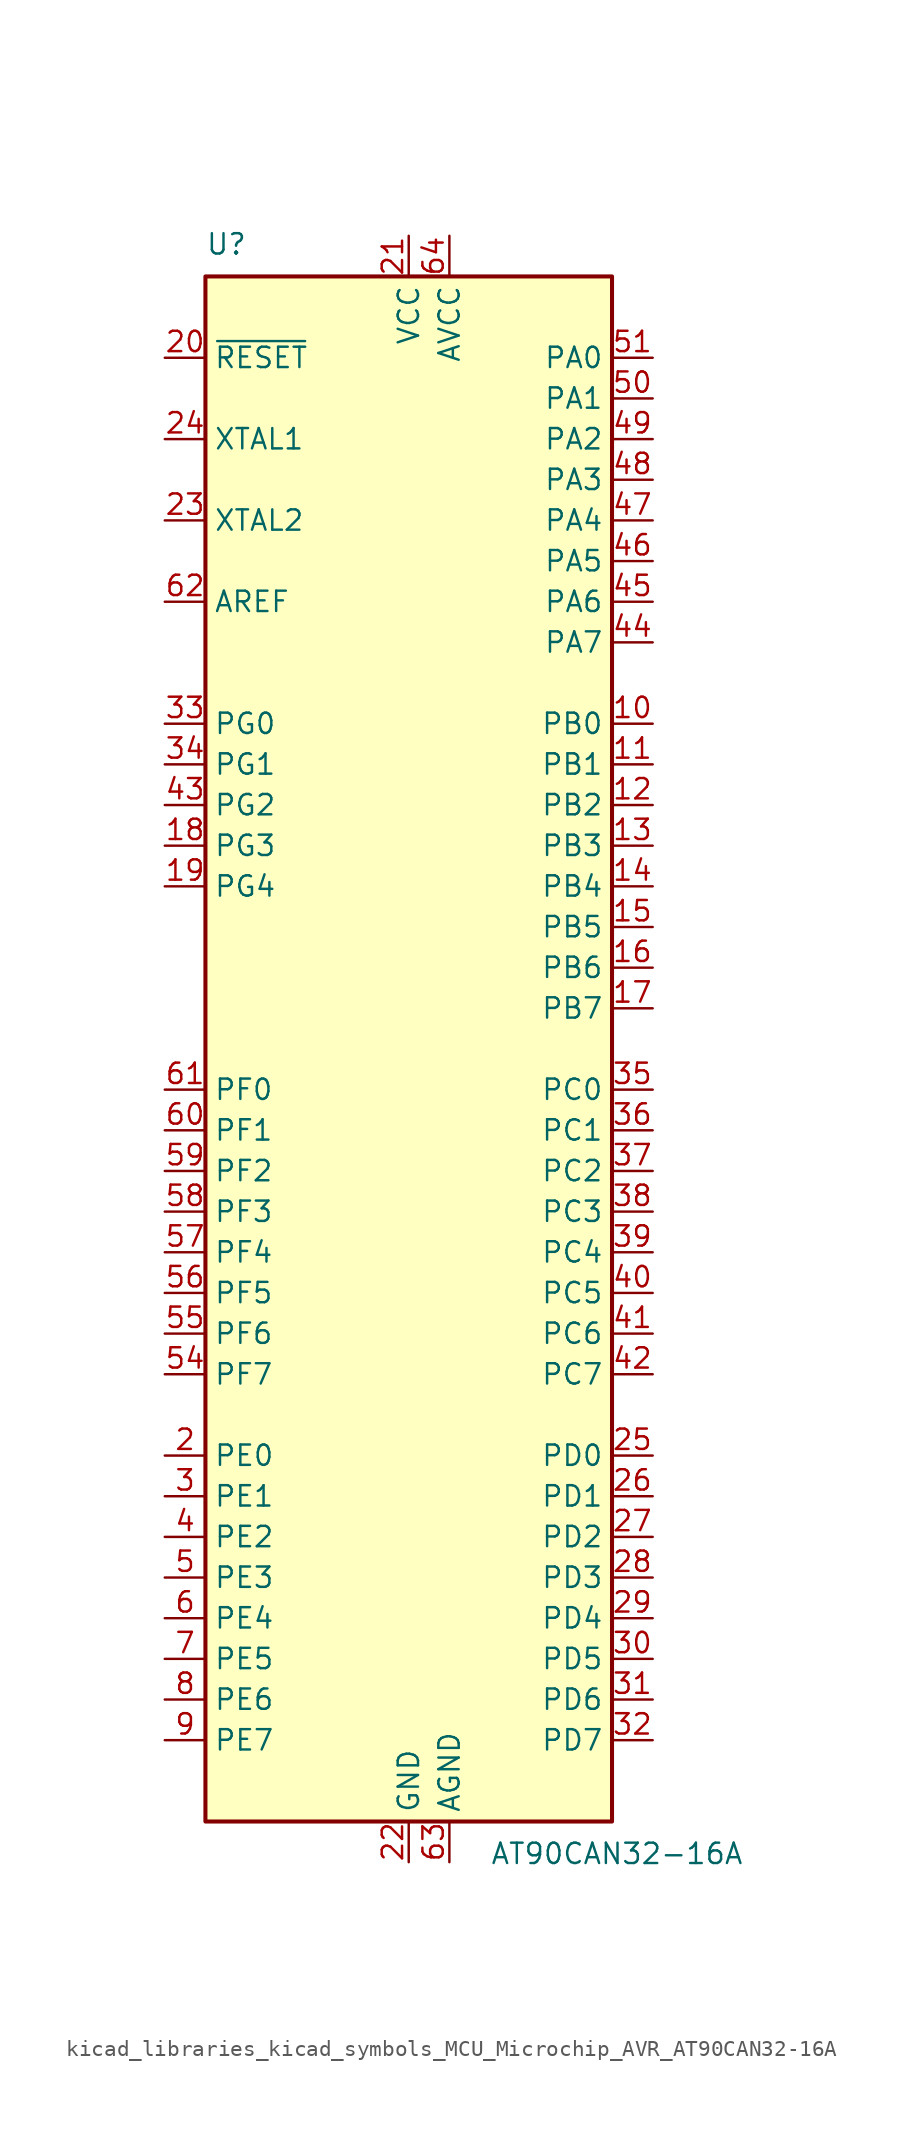
<source format=kicad_sym>
(kicad_symbol_lib
  (version 20220914)
  (generator kicad_symbol_editor)
  (symbol "kicad_libraries_kicad_symbols_MCU_Microchip_AVR_AT90CAN32-16A"
    (property "Reference" "U"
      (at -12.7 49.53 0)
      (effects (font (size 1.27 1.27)) (justify left bottom)))
    (property "Value" "AT90CAN32-16A"
      (at 5.08 -49.53 0)
      (effects (font (size 1.27 1.27)) (justify left top)))
    (symbol "kicad_libraries_kicad_symbols_MCU_Microchip_AVR_AT90CAN32-16A_0_1"
      (rectangle (start -12.7 -48.26) (end 12.7 48.26) (stroke (width 0.254) (type default)) (fill (type background))))
    (symbol "kicad_libraries_kicad_symbols_MCU_Microchip_AVR_AT90CAN32-16A_1_1"
      (pin no_connect line (at -12.7 -45.72 0) (length 2.54) hide (name "NC" (effects (font (size 1.27 1.27)))) (number "1" (effects (font (size 1.27 1.27)))))
      (pin bidirectional line (at 15.24 20.32 180) (length 2.54) (name "PB0" (effects (font (size 1.27 1.27)))) (number "10" (effects (font (size 1.27 1.27)))))
      (pin bidirectional line (at 15.24 17.78 180) (length 2.54) (name "PB1" (effects (font (size 1.27 1.27)))) (number "11" (effects (font (size 1.27 1.27)))))
      (pin bidirectional line (at 15.24 15.24 180) (length 2.54) (name "PB2" (effects (font (size 1.27 1.27)))) (number "12" (effects (font (size 1.27 1.27)))))
      (pin bidirectional line (at 15.24 12.7 180) (length 2.54) (name "PB3" (effects (font (size 1.27 1.27)))) (number "13" (effects (font (size 1.27 1.27)))))
      (pin bidirectional line (at 15.24 10.16 180) (length 2.54) (name "PB4" (effects (font (size 1.27 1.27)))) (number "14" (effects (font (size 1.27 1.27)))))
      (pin bidirectional line (at 15.24 7.62 180) (length 2.54) (name "PB5" (effects (font (size 1.27 1.27)))) (number "15" (effects (font (size 1.27 1.27)))))
      (pin bidirectional line (at 15.24 5.08 180) (length 2.54) (name "PB6" (effects (font (size 1.27 1.27)))) (number "16" (effects (font (size 1.27 1.27)))))
      (pin bidirectional line (at 15.24 2.54 180) (length 2.54) (name "PB7" (effects (font (size 1.27 1.27)))) (number "17" (effects (font (size 1.27 1.27)))))
      (pin bidirectional line (at -15.24 12.7 0) (length 2.54) (name "PG3" (effects (font (size 1.27 1.27)))) (number "18" (effects (font (size 1.27 1.27)))))
      (pin bidirectional line (at -15.24 10.16 0) (length 2.54) (name "PG4" (effects (font (size 1.27 1.27)))) (number "19" (effects (font (size 1.27 1.27)))))
      (pin bidirectional line (at -15.24 -25.4 0) (length 2.54) (name "PE0" (effects (font (size 1.27 1.27)))) (number "2" (effects (font (size 1.27 1.27)))))
      (pin input line (at -15.24 43.18 0) (length 2.54) (name "~{RESET}" (effects (font (size 1.27 1.27)))) (number "20" (effects (font (size 1.27 1.27)))))
      (pin power_in line (at 0 50.8 270) (length 2.54) (name "VCC" (effects (font (size 1.27 1.27)))) (number "21" (effects (font (size 1.27 1.27)))))
      (pin power_in line (at 0 -50.8 90) (length 2.54) (name "GND" (effects (font (size 1.27 1.27)))) (number "22" (effects (font (size 1.27 1.27)))))
      (pin output line (at -15.24 33.02 0) (length 2.54) (name "XTAL2" (effects (font (size 1.27 1.27)))) (number "23" (effects (font (size 1.27 1.27)))))
      (pin input line (at -15.24 38.1 0) (length 2.54) (name "XTAL1" (effects (font (size 1.27 1.27)))) (number "24" (effects (font (size 1.27 1.27)))))
      (pin bidirectional line (at 15.24 -25.4 180) (length 2.54) (name "PD0" (effects (font (size 1.27 1.27)))) (number "25" (effects (font (size 1.27 1.27)))))
      (pin bidirectional line (at 15.24 -27.94 180) (length 2.54) (name "PD1" (effects (font (size 1.27 1.27)))) (number "26" (effects (font (size 1.27 1.27)))))
      (pin bidirectional line (at 15.24 -30.48 180) (length 2.54) (name "PD2" (effects (font (size 1.27 1.27)))) (number "27" (effects (font (size 1.27 1.27)))))
      (pin bidirectional line (at 15.24 -33.02 180) (length 2.54) (name "PD3" (effects (font (size 1.27 1.27)))) (number "28" (effects (font (size 1.27 1.27)))))
      (pin bidirectional line (at 15.24 -35.56 180) (length 2.54) (name "PD4" (effects (font (size 1.27 1.27)))) (number "29" (effects (font (size 1.27 1.27)))))
      (pin bidirectional line (at -15.24 -27.94 0) (length 2.54) (name "PE1" (effects (font (size 1.27 1.27)))) (number "3" (effects (font (size 1.27 1.27)))))
      (pin bidirectional line (at 15.24 -38.1 180) (length 2.54) (name "PD5" (effects (font (size 1.27 1.27)))) (number "30" (effects (font (size 1.27 1.27)))))
      (pin bidirectional line (at 15.24 -40.64 180) (length 2.54) (name "PD6" (effects (font (size 1.27 1.27)))) (number "31" (effects (font (size 1.27 1.27)))))
      (pin bidirectional line (at 15.24 -43.18 180) (length 2.54) (name "PD7" (effects (font (size 1.27 1.27)))) (number "32" (effects (font (size 1.27 1.27)))))
      (pin bidirectional line (at -15.24 20.32 0) (length 2.54) (name "PG0" (effects (font (size 1.27 1.27)))) (number "33" (effects (font (size 1.27 1.27)))))
      (pin bidirectional line (at -15.24 17.78 0) (length 2.54) (name "PG1" (effects (font (size 1.27 1.27)))) (number "34" (effects (font (size 1.27 1.27)))))
      (pin bidirectional line (at 15.24 -2.54 180) (length 2.54) (name "PC0" (effects (font (size 1.27 1.27)))) (number "35" (effects (font (size 1.27 1.27)))))
      (pin bidirectional line (at 15.24 -5.08 180) (length 2.54) (name "PC1" (effects (font (size 1.27 1.27)))) (number "36" (effects (font (size 1.27 1.27)))))
      (pin bidirectional line (at 15.24 -7.62 180) (length 2.54) (name "PC2" (effects (font (size 1.27 1.27)))) (number "37" (effects (font (size 1.27 1.27)))))
      (pin bidirectional line (at 15.24 -10.16 180) (length 2.54) (name "PC3" (effects (font (size 1.27 1.27)))) (number "38" (effects (font (size 1.27 1.27)))))
      (pin bidirectional line (at 15.24 -12.7 180) (length 2.54) (name "PC4" (effects (font (size 1.27 1.27)))) (number "39" (effects (font (size 1.27 1.27)))))
      (pin bidirectional line (at -15.24 -30.48 0) (length 2.54) (name "PE2" (effects (font (size 1.27 1.27)))) (number "4" (effects (font (size 1.27 1.27)))))
      (pin bidirectional line (at 15.24 -15.24 180) (length 2.54) (name "PC5" (effects (font (size 1.27 1.27)))) (number "40" (effects (font (size 1.27 1.27)))))
      (pin bidirectional line (at 15.24 -17.78 180) (length 2.54) (name "PC6" (effects (font (size 1.27 1.27)))) (number "41" (effects (font (size 1.27 1.27)))))
      (pin bidirectional line (at 15.24 -20.32 180) (length 2.54) (name "PC7" (effects (font (size 1.27 1.27)))) (number "42" (effects (font (size 1.27 1.27)))))
      (pin bidirectional line (at -15.24 15.24 0) (length 2.54) (name "PG2" (effects (font (size 1.27 1.27)))) (number "43" (effects (font (size 1.27 1.27)))))
      (pin bidirectional line (at 15.24 25.4 180) (length 2.54) (name "PA7" (effects (font (size 1.27 1.27)))) (number "44" (effects (font (size 1.27 1.27)))))
      (pin bidirectional line (at 15.24 27.94 180) (length 2.54) (name "PA6" (effects (font (size 1.27 1.27)))) (number "45" (effects (font (size 1.27 1.27)))))
      (pin bidirectional line (at 15.24 30.48 180) (length 2.54) (name "PA5" (effects (font (size 1.27 1.27)))) (number "46" (effects (font (size 1.27 1.27)))))
      (pin bidirectional line (at 15.24 33.02 180) (length 2.54) (name "PA4" (effects (font (size 1.27 1.27)))) (number "47" (effects (font (size 1.27 1.27)))))
      (pin bidirectional line (at 15.24 35.56 180) (length 2.54) (name "PA3" (effects (font (size 1.27 1.27)))) (number "48" (effects (font (size 1.27 1.27)))))
      (pin bidirectional line (at 15.24 38.1 180) (length 2.54) (name "PA2" (effects (font (size 1.27 1.27)))) (number "49" (effects (font (size 1.27 1.27)))))
      (pin bidirectional line (at -15.24 -33.02 0) (length 2.54) (name "PE3" (effects (font (size 1.27 1.27)))) (number "5" (effects (font (size 1.27 1.27)))))
      (pin bidirectional line (at 15.24 40.64 180) (length 2.54) (name "PA1" (effects (font (size 1.27 1.27)))) (number "50" (effects (font (size 1.27 1.27)))))
      (pin bidirectional line (at 15.24 43.18 180) (length 2.54) (name "PA0" (effects (font (size 1.27 1.27)))) (number "51" (effects (font (size 1.27 1.27)))))
      (pin passive line (at 0 50.8 270) (length 2.54) hide (name "VCC" (effects (font (size 1.27 1.27)))) (number "52" (effects (font (size 1.27 1.27)))))
      (pin passive line (at 0 -50.8 90) (length 2.54) hide (name "GND" (effects (font (size 1.27 1.27)))) (number "53" (effects (font (size 1.27 1.27)))))
      (pin bidirectional line (at -15.24 -20.32 0) (length 2.54) (name "PF7" (effects (font (size 1.27 1.27)))) (number "54" (effects (font (size 1.27 1.27)))))
      (pin bidirectional line (at -15.24 -17.78 0) (length 2.54) (name "PF6" (effects (font (size 1.27 1.27)))) (number "55" (effects (font (size 1.27 1.27)))))
      (pin bidirectional line (at -15.24 -15.24 0) (length 2.54) (name "PF5" (effects (font (size 1.27 1.27)))) (number "56" (effects (font (size 1.27 1.27)))))
      (pin bidirectional line (at -15.24 -12.7 0) (length 2.54) (name "PF4" (effects (font (size 1.27 1.27)))) (number "57" (effects (font (size 1.27 1.27)))))
      (pin bidirectional line (at -15.24 -10.16 0) (length 2.54) (name "PF3" (effects (font (size 1.27 1.27)))) (number "58" (effects (font (size 1.27 1.27)))))
      (pin bidirectional line (at -15.24 -7.62 0) (length 2.54) (name "PF2" (effects (font (size 1.27 1.27)))) (number "59" (effects (font (size 1.27 1.27)))))
      (pin bidirectional line (at -15.24 -35.56 0) (length 2.54) (name "PE4" (effects (font (size 1.27 1.27)))) (number "6" (effects (font (size 1.27 1.27)))))
      (pin bidirectional line (at -15.24 -5.08 0) (length 2.54) (name "PF1" (effects (font (size 1.27 1.27)))) (number "60" (effects (font (size 1.27 1.27)))))
      (pin bidirectional line (at -15.24 -2.54 0) (length 2.54) (name "PF0" (effects (font (size 1.27 1.27)))) (number "61" (effects (font (size 1.27 1.27)))))
      (pin passive line (at -15.24 27.94 0) (length 2.54) (name "AREF" (effects (font (size 1.27 1.27)))) (number "62" (effects (font (size 1.27 1.27)))))
      (pin power_in line (at 2.54 -50.8 90) (length 2.54) (name "AGND" (effects (font (size 1.27 1.27)))) (number "63" (effects (font (size 1.27 1.27)))))
      (pin power_in line (at 2.54 50.8 270) (length 2.54) (name "AVCC" (effects (font (size 1.27 1.27)))) (number "64" (effects (font (size 1.27 1.27)))))
      (pin bidirectional line (at -15.24 -38.1 0) (length 2.54) (name "PE5" (effects (font (size 1.27 1.27)))) (number "7" (effects (font (size 1.27 1.27)))))
      (pin bidirectional line (at -15.24 -40.64 0) (length 2.54) (name "PE6" (effects (font (size 1.27 1.27)))) (number "8" (effects (font (size 1.27 1.27)))))
      (pin bidirectional line (at -15.24 -43.18 0) (length 2.54) (name "PE7" (effects (font (size 1.27 1.27)))) (number "9" (effects (font (size 1.27 1.27))))))))
</source>
